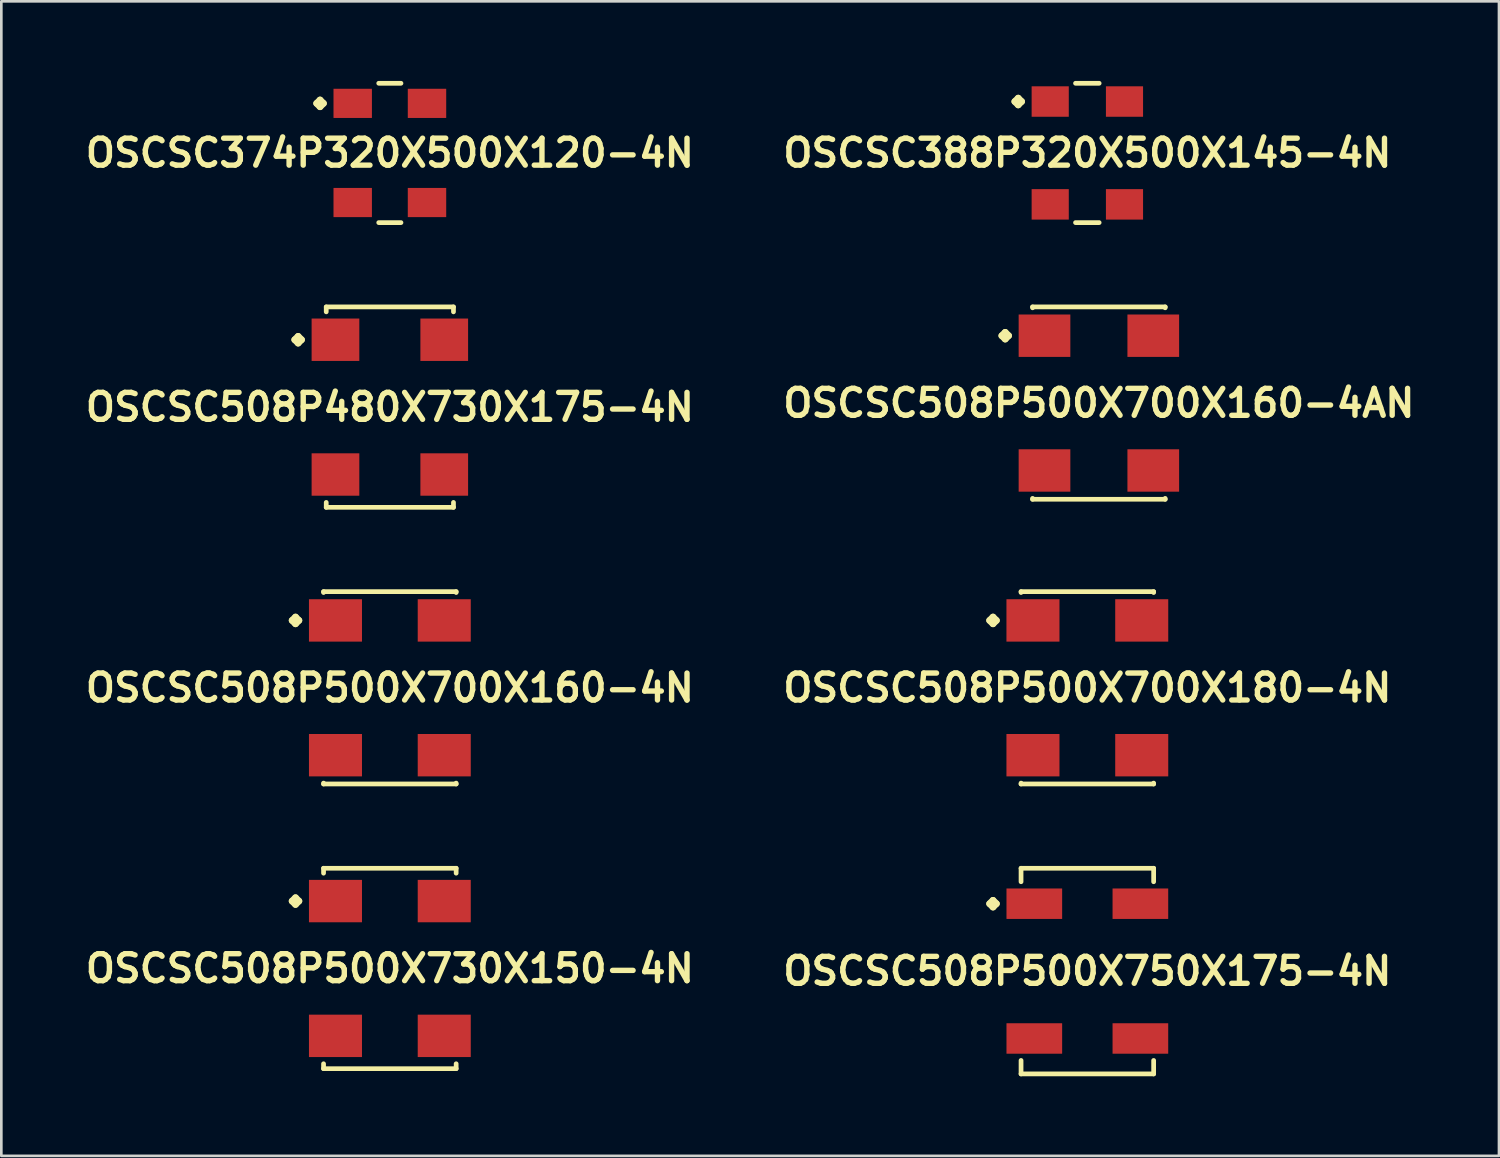
<source format=kicad_pcb>
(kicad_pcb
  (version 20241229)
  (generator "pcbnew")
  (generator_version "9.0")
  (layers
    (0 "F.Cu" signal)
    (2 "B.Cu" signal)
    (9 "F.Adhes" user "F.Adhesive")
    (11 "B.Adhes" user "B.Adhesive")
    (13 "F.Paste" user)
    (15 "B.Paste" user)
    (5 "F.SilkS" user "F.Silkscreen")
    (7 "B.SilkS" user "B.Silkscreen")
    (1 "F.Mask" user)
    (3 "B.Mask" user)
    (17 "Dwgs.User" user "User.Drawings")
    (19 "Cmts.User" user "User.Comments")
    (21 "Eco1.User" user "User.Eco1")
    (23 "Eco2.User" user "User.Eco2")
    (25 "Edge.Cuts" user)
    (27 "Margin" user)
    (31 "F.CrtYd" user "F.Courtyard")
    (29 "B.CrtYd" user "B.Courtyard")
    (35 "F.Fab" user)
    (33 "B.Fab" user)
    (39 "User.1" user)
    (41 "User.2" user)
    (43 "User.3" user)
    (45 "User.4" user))
  (footprint "OSCSC508P500X700X180-4N"
    (layer "F.Cu")
    (at 37.936 22.876)
    (property "Reference" "OSCSC508P500X700X180-4N" (at 0 0 0) (layer "F.SilkS") (effects (font (size 1.016 1.016) (thickness 0.203))))
    (attr smd)
    (fp_line (start -3.683 -2.54) (end -3.556 -2.667) (stroke (width 0.254) (type solid)) (layer "F.SilkS"))
    (fp_line (start -3.556 -2.667) (end -3.429 -2.54) (stroke (width 0.254) (type solid)) (layer "F.SilkS"))
    (fp_line (start -3.556 -2.413) (end -3.683 -2.54) (stroke (width 0.254) (type solid)) (layer "F.SilkS"))
    (fp_line (start -3.429 -2.54) (end -3.556 -2.413) (stroke (width 0.254) (type solid)) (layer "F.SilkS"))
    (fp_line (start -2.499 -3.625) (end 2.499 -3.625) (stroke (width 0.178) (type solid)) (layer "F.SilkS"))
    (fp_line (start -2.499 -3.592) (end -2.499 -3.625) (stroke (width 0.178) (type solid)) (layer "F.SilkS"))
    (fp_line (start -2.499 3.592) (end -2.499 3.625) (stroke (width 0.178) (type solid)) (layer "F.SilkS"))
    (fp_line (start -2.499 3.625) (end 2.499 3.625) (stroke (width 0.178) (type solid)) (layer "F.SilkS"))
    (fp_line (start 2.499 -3.625) (end 2.499 -3.592) (stroke (width 0.178) (type solid)) (layer "F.SilkS"))
    (fp_line (start 2.499 3.625) (end 2.499 3.592) (stroke (width 0.178) (type solid)) (layer "F.SilkS"))
    (pad "1" smd rect (at -2.05 -2.54) (size 1.999 1.598) (layers "F.Cu" "F.Mask" "F.Paste"))
    (pad "2" smd rect (at -2.05 2.54) (size 1.999 1.598) (layers "F.Cu" "F.Mask" "F.Paste"))
    (pad "3" smd rect (at 2.05 2.54) (size 1.999 1.598) (layers "F.Cu" "F.Mask" "F.Paste"))
    (pad "4" smd rect (at 2.05 -2.54) (size 1.999 1.598) (layers "F.Cu" "F.Mask" "F.Paste")))
  (footprint "OSCSC388P320X500X145-4N"
    (layer "F.Cu")
    (at 37.936 2.715)
    (property "Reference" "OSCSC388P320X500X145-4N" (at 0 0 0) (layer "F.SilkS") (effects (font (size 1.016 1.016) (thickness 0.203))))
    (attr smd)
    (fp_line (start -2.733 -1.938) (end -2.606 -2.065) (stroke (width 0.254) (type solid)) (layer "F.SilkS"))
    (fp_line (start -2.606 -2.065) (end -2.479 -1.938) (stroke (width 0.254) (type solid)) (layer "F.SilkS"))
    (fp_line (start -2.606 -1.811) (end -2.733 -1.938) (stroke (width 0.254) (type solid)) (layer "F.SilkS"))
    (fp_line (start -2.479 -1.938) (end -2.606 -1.811) (stroke (width 0.254) (type solid)) (layer "F.SilkS"))
    (fp_line (start -0.445 -2.626) (end 0.445 -2.626) (stroke (width 0.178) (type solid)) (layer "F.SilkS"))
    (fp_line (start -0.445 2.626) (end 0.445 2.626) (stroke (width 0.178) (type solid)) (layer "F.SilkS"))
    (pad "1" smd rect (at -1.4 -1.938) (size 1.4 1.148) (layers "F.Cu" "F.Mask" "F.Paste"))
    (pad "2" smd rect (at -1.4 1.938) (size 1.4 1.148) (layers "F.Cu" "F.Mask" "F.Paste"))
    (pad "3" smd rect (at 1.4 1.938) (size 1.4 1.148) (layers "F.Cu" "F.Mask" "F.Paste"))
    (pad "4" smd rect (at 1.4 -1.938) (size 1.4 1.148) (layers "F.Cu" "F.Mask" "F.Paste")))
  (footprint "OSCSC374P320X500X120-4N"
    (layer "F.Cu")
    (at 11.645 2.715)
    (property "Reference" "OSCSC374P320X500X120-4N" (at 0 0 0) (layer "F.SilkS") (effects (font (size 1.016 1.016) (thickness 0.203))))
    (attr smd)
    (fp_line (start -2.758 -1.869) (end -2.631 -1.996) (stroke (width 0.254) (type solid)) (layer "F.SilkS"))
    (fp_line (start -2.631 -1.996) (end -2.504 -1.869) (stroke (width 0.254) (type solid)) (layer "F.SilkS"))
    (fp_line (start -2.631 -1.742) (end -2.758 -1.869) (stroke (width 0.254) (type solid)) (layer "F.SilkS"))
    (fp_line (start -2.504 -1.869) (end -2.631 -1.742) (stroke (width 0.254) (type solid)) (layer "F.SilkS"))
    (fp_line (start -0.419 -2.626) (end 0.419 -2.626) (stroke (width 0.178) (type solid)) (layer "F.SilkS"))
    (fp_line (start -0.419 2.626) (end 0.419 2.626) (stroke (width 0.178) (type solid)) (layer "F.SilkS"))
    (pad "1" smd rect (at -1.4 -1.869) (size 1.448 1.1) (layers "F.Cu" "F.Mask" "F.Paste"))
    (pad "2" smd rect (at -1.4 1.869) (size 1.448 1.1) (layers "F.Cu" "F.Mask" "F.Paste"))
    (pad "3" smd rect (at 1.4 1.869) (size 1.448 1.1) (layers "F.Cu" "F.Mask" "F.Paste"))
    (pad "4" smd rect (at 1.4 -1.869) (size 1.448 1.1) (layers "F.Cu" "F.Mask" "F.Paste")))
  (footprint "OSCSC508P500X700X160-4N"
    (layer "F.Cu")
    (at 11.645 22.876)
    (property "Reference" "OSCSC508P500X700X160-4N" (at 0 0 0) (layer "F.SilkS") (effects (font (size 1.016 1.016) (thickness 0.203))))
    (attr smd)
    (fp_line (start -3.683 -2.54) (end -3.556 -2.667) (stroke (width 0.254) (type solid)) (layer "F.SilkS"))
    (fp_line (start -3.556 -2.667) (end -3.429 -2.54) (stroke (width 0.254) (type solid)) (layer "F.SilkS"))
    (fp_line (start -3.556 -2.413) (end -3.683 -2.54) (stroke (width 0.254) (type solid)) (layer "F.SilkS"))
    (fp_line (start -3.429 -2.54) (end -3.556 -2.413) (stroke (width 0.254) (type solid)) (layer "F.SilkS"))
    (fp_line (start -2.499 -3.625) (end 2.499 -3.625) (stroke (width 0.178) (type solid)) (layer "F.SilkS"))
    (fp_line (start -2.499 -3.592) (end -2.499 -3.625) (stroke (width 0.178) (type solid)) (layer "F.SilkS"))
    (fp_line (start -2.499 3.592) (end -2.499 3.625) (stroke (width 0.178) (type solid)) (layer "F.SilkS"))
    (fp_line (start -2.499 3.625) (end 2.499 3.625) (stroke (width 0.178) (type solid)) (layer "F.SilkS"))
    (fp_line (start 2.499 -3.625) (end 2.499 -3.592) (stroke (width 0.178) (type solid)) (layer "F.SilkS"))
    (fp_line (start 2.499 3.625) (end 2.499 3.592) (stroke (width 0.178) (type solid)) (layer "F.SilkS"))
    (pad "1" smd rect (at -2.05 -2.54) (size 1.999 1.598) (layers "F.Cu" "F.Mask" "F.Paste"))
    (pad "2" smd rect (at -2.05 2.54) (size 1.999 1.598) (layers "F.Cu" "F.Mask" "F.Paste"))
    (pad "3" smd rect (at 2.05 2.54) (size 1.999 1.598) (layers "F.Cu" "F.Mask" "F.Paste"))
    (pad "4" smd rect (at 2.05 -2.54) (size 1.999 1.598) (layers "F.Cu" "F.Mask" "F.Paste")))
  (footprint "OSCSC508P500X700X160-4AN"
    (layer "F.Cu")
    (at 38.371 12.144)
    (property "Reference" "OSCSC508P500X700X160-4AN" (at 0 0 0) (layer "F.SilkS") (effects (font (size 1.016 1.016) (thickness 0.203))))
    (attr smd)
    (fp_line (start -3.658 -2.54) (end -3.531 -2.667) (stroke (width 0.254) (type solid)) (layer "F.SilkS"))
    (fp_line (start -3.531 -2.667) (end -3.404 -2.54) (stroke (width 0.254) (type solid)) (layer "F.SilkS"))
    (fp_line (start -3.531 -2.413) (end -3.658 -2.54) (stroke (width 0.254) (type solid)) (layer "F.SilkS"))
    (fp_line (start -3.404 -2.54) (end -3.531 -2.413) (stroke (width 0.254) (type solid)) (layer "F.SilkS"))
    (fp_line (start -2.499 -3.625) (end 2.499 -3.625) (stroke (width 0.178) (type solid)) (layer "F.SilkS"))
    (fp_line (start -2.499 -3.592) (end -2.499 -3.625) (stroke (width 0.178) (type solid)) (layer "F.SilkS"))
    (fp_line (start -2.499 3.592) (end -2.499 3.625) (stroke (width 0.178) (type solid)) (layer "F.SilkS"))
    (fp_line (start -2.499 3.625) (end 2.499 3.625) (stroke (width 0.178) (type solid)) (layer "F.SilkS"))
    (fp_line (start 2.499 -3.625) (end 2.499 -3.592) (stroke (width 0.178) (type solid)) (layer "F.SilkS"))
    (fp_line (start 2.499 3.625) (end 2.499 3.592) (stroke (width 0.178) (type solid)) (layer "F.SilkS"))
    (pad "1" smd rect (at -2.05 -2.54) (size 1.948 1.598) (layers "F.Cu" "F.Mask" "F.Paste"))
    (pad "2" smd rect (at -2.05 2.54) (size 1.948 1.598) (layers "F.Cu" "F.Mask" "F.Paste"))
    (pad "3" smd rect (at 2.05 2.54) (size 1.948 1.598) (layers "F.Cu" "F.Mask" "F.Paste"))
    (pad "4" smd rect (at 2.05 -2.54) (size 1.948 1.598) (layers "F.Cu" "F.Mask" "F.Paste")))
  (footprint "OSCSC508P500X750X175-4N"
    (layer "F.Cu")
    (at 37.936 33.554)
    (property "Reference" "OSCSC508P500X750X175-4N" (at 0 0 0) (layer "F.SilkS") (effects (font (size 1.016 1.016) (thickness 0.203))))
    (attr smd)
    (fp_line (start -3.683 -2.54) (end -3.556 -2.667) (stroke (width 0.254) (type solid)) (layer "F.SilkS"))
    (fp_line (start -3.556 -2.667) (end -3.429 -2.54) (stroke (width 0.254) (type solid)) (layer "F.SilkS"))
    (fp_line (start -3.556 -2.413) (end -3.683 -2.54) (stroke (width 0.254) (type solid)) (layer "F.SilkS"))
    (fp_line (start -3.429 -2.54) (end -3.556 -2.413) (stroke (width 0.254) (type solid)) (layer "F.SilkS"))
    (fp_line (start -2.499 -3.876) (end 2.499 -3.876) (stroke (width 0.178) (type solid)) (layer "F.SilkS"))
    (fp_line (start -2.499 -3.368) (end -2.499 -3.876) (stroke (width 0.178) (type solid)) (layer "F.SilkS"))
    (fp_line (start -2.499 3.368) (end -2.499 3.876) (stroke (width 0.178) (type solid)) (layer "F.SilkS"))
    (fp_line (start -2.499 3.876) (end 2.499 3.876) (stroke (width 0.178) (type solid)) (layer "F.SilkS"))
    (fp_line (start 2.499 -3.876) (end 2.499 -3.368) (stroke (width 0.178) (type solid)) (layer "F.SilkS"))
    (fp_line (start 2.499 3.876) (end 2.499 3.368) (stroke (width 0.178) (type solid)) (layer "F.SilkS"))
    (pad "1" smd rect (at -1.999 -2.54) (size 2.098 1.148) (layers "F.Cu" "F.Mask" "F.Paste"))
    (pad "2" smd rect (at -1.999 2.54) (size 2.098 1.148) (layers "F.Cu" "F.Mask" "F.Paste"))
    (pad "3" smd rect (at 1.999 2.54) (size 2.098 1.148) (layers "F.Cu" "F.Mask" "F.Paste"))
    (pad "4" smd rect (at 1.999 -2.54) (size 2.098 1.148) (layers "F.Cu" "F.Mask" "F.Paste")))
  (footprint "OSCSC508P500X730X150-4N"
    (layer "F.Cu")
    (at 11.645 33.455)
    (property "Reference" "OSCSC508P500X730X150-4N" (at 0 0 0) (layer "F.SilkS") (effects (font (size 1.016 1.016) (thickness 0.203))))
    (attr smd)
    (fp_line (start -3.683 -2.54) (end -3.556 -2.667) (stroke (width 0.254) (type solid)) (layer "F.SilkS"))
    (fp_line (start -3.556 -2.667) (end -3.429 -2.54) (stroke (width 0.254) (type solid)) (layer "F.SilkS"))
    (fp_line (start -3.556 -2.413) (end -3.683 -2.54) (stroke (width 0.254) (type solid)) (layer "F.SilkS"))
    (fp_line (start -3.429 -2.54) (end -3.556 -2.413) (stroke (width 0.254) (type solid)) (layer "F.SilkS"))
    (fp_line (start -2.499 -3.777) (end 2.499 -3.777) (stroke (width 0.178) (type solid)) (layer "F.SilkS"))
    (fp_line (start -2.499 -3.592) (end -2.499 -3.777) (stroke (width 0.178) (type solid)) (layer "F.SilkS"))
    (fp_line (start -2.499 3.592) (end -2.499 3.777) (stroke (width 0.178) (type solid)) (layer "F.SilkS"))
    (fp_line (start -2.499 3.777) (end 2.499 3.777) (stroke (width 0.178) (type solid)) (layer "F.SilkS"))
    (fp_line (start 2.499 -3.777) (end 2.499 -3.592) (stroke (width 0.178) (type solid)) (layer "F.SilkS"))
    (fp_line (start 2.499 3.777) (end 2.499 3.592) (stroke (width 0.178) (type solid)) (layer "F.SilkS"))
    (pad "1" smd rect (at -2.05 -2.54) (size 1.999 1.598) (layers "F.Cu" "F.Mask" "F.Paste"))
    (pad "2" smd rect (at -2.05 2.54) (size 1.999 1.598) (layers "F.Cu" "F.Mask" "F.Paste"))
    (pad "3" smd rect (at 2.05 2.54) (size 1.999 1.598) (layers "F.Cu" "F.Mask" "F.Paste"))
    (pad "4" smd rect (at 2.05 -2.54) (size 1.999 1.598) (layers "F.Cu" "F.Mask" "F.Paste")))
  (footprint "OSCSC508P480X730X175-4N"
    (layer "F.Cu")
    (at 11.645 12.296)
    (property "Reference" "OSCSC508P480X730X175-4N" (at 0 0 0) (layer "F.SilkS") (effects (font (size 1.016 1.016) (thickness 0.203))))
    (attr smd)
    (fp_line (start -3.584 -2.54) (end -3.457 -2.667) (stroke (width 0.254) (type solid)) (layer "F.SilkS"))
    (fp_line (start -3.457 -2.667) (end -3.33 -2.54) (stroke (width 0.254) (type solid)) (layer "F.SilkS"))
    (fp_line (start -3.457 -2.413) (end -3.584 -2.54) (stroke (width 0.254) (type solid)) (layer "F.SilkS"))
    (fp_line (start -3.33 -2.54) (end -3.457 -2.413) (stroke (width 0.254) (type solid)) (layer "F.SilkS"))
    (fp_line (start -2.398 -3.777) (end 2.398 -3.777) (stroke (width 0.178) (type solid)) (layer "F.SilkS"))
    (fp_line (start -2.398 -3.592) (end -2.398 -3.777) (stroke (width 0.178) (type solid)) (layer "F.SilkS"))
    (fp_line (start -2.398 3.592) (end -2.398 3.777) (stroke (width 0.178) (type solid)) (layer "F.SilkS"))
    (fp_line (start -2.398 3.777) (end 2.398 3.777) (stroke (width 0.178) (type solid)) (layer "F.SilkS"))
    (fp_line (start 2.398 -3.777) (end 2.398 -3.592) (stroke (width 0.178) (type solid)) (layer "F.SilkS"))
    (fp_line (start 2.398 3.777) (end 2.398 3.592) (stroke (width 0.178) (type solid)) (layer "F.SilkS"))
    (pad "1" smd rect (at -2.05 -2.54) (size 1.798 1.598) (layers "F.Cu" "F.Mask" "F.Paste"))
    (pad "2" smd rect (at -2.05 2.54) (size 1.798 1.598) (layers "F.Cu" "F.Mask" "F.Paste"))
    (pad "3" smd rect (at 2.05 2.54) (size 1.798 1.598) (layers "F.Cu" "F.Mask" "F.Paste"))
    (pad "4" smd rect (at 2.05 -2.54) (size 1.798 1.598) (layers "F.Cu" "F.Mask" "F.Paste")))
  (gr_rect
    (start -3 -3)
    (end 53.452 40.519)
    (stroke (width 0.1) (type default))
    (fill no)
    (layer "Edge.Cuts")))
</source>
